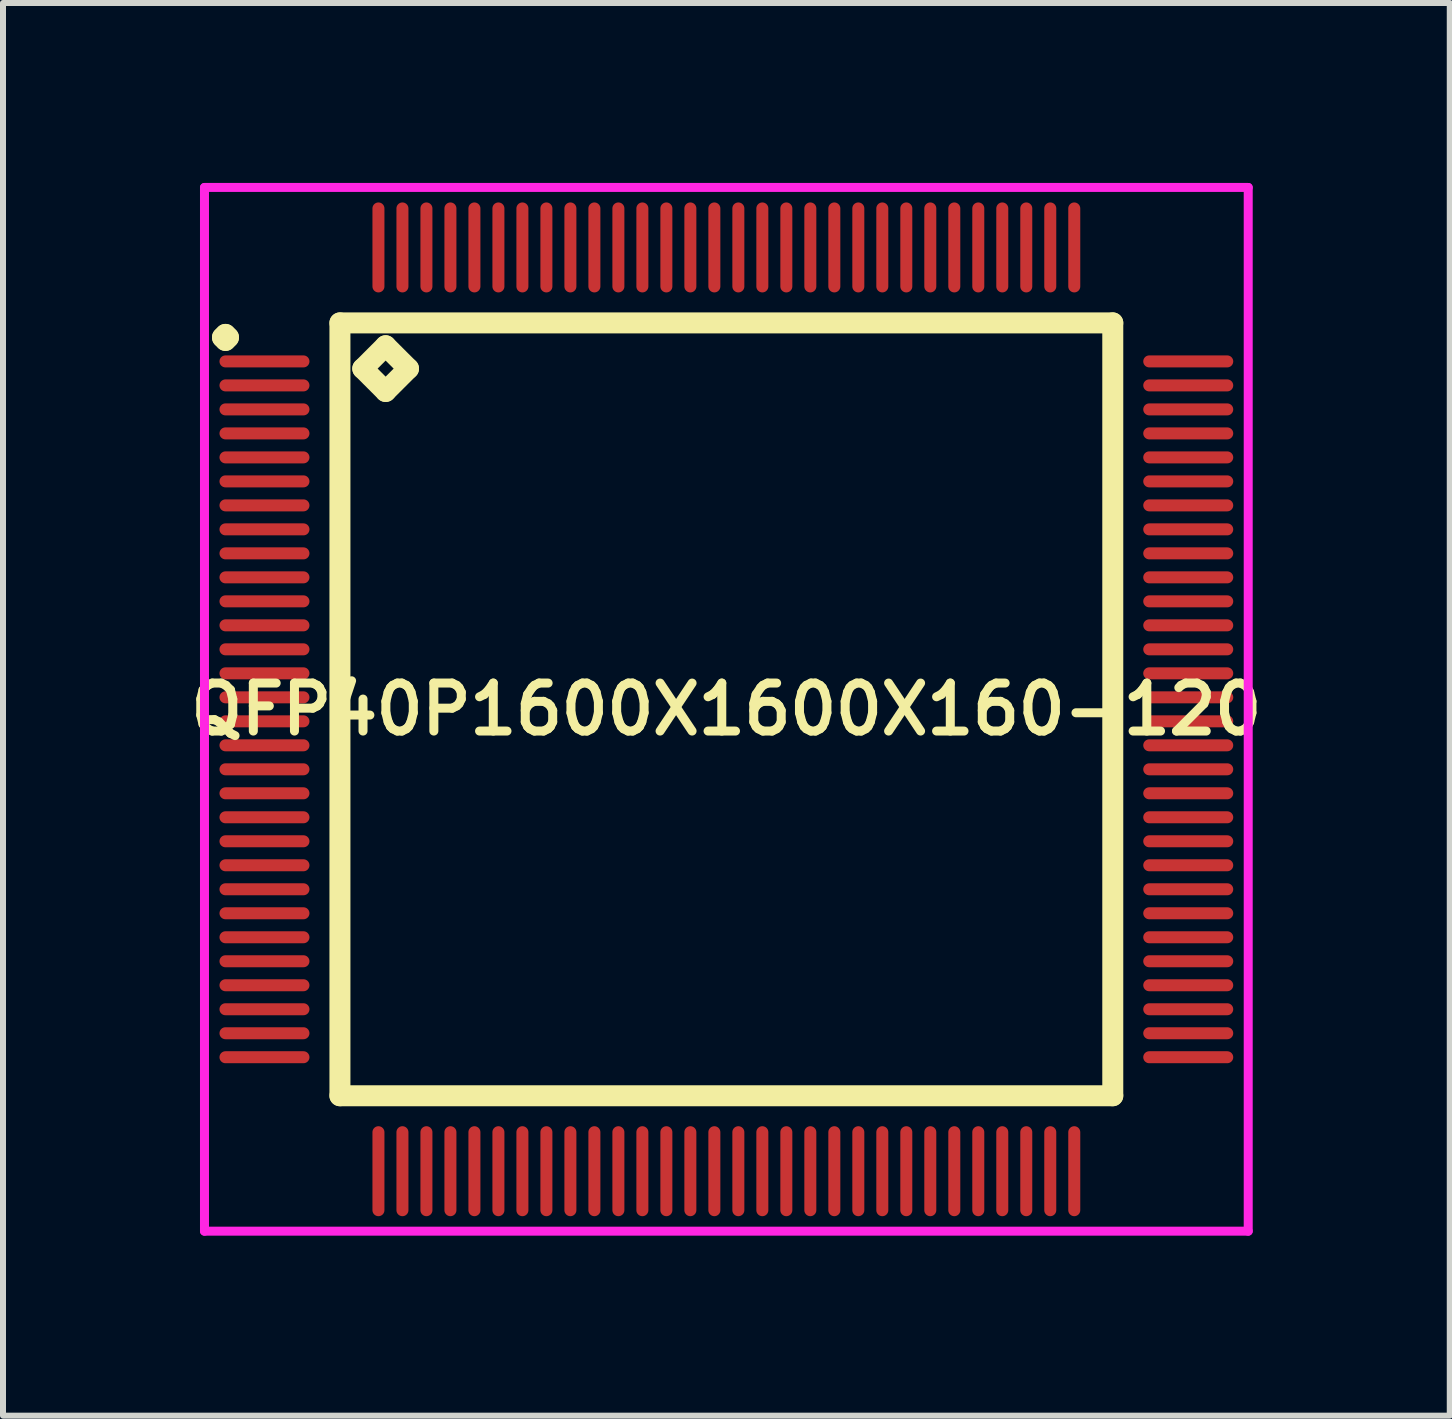
<source format=kicad_pcb>
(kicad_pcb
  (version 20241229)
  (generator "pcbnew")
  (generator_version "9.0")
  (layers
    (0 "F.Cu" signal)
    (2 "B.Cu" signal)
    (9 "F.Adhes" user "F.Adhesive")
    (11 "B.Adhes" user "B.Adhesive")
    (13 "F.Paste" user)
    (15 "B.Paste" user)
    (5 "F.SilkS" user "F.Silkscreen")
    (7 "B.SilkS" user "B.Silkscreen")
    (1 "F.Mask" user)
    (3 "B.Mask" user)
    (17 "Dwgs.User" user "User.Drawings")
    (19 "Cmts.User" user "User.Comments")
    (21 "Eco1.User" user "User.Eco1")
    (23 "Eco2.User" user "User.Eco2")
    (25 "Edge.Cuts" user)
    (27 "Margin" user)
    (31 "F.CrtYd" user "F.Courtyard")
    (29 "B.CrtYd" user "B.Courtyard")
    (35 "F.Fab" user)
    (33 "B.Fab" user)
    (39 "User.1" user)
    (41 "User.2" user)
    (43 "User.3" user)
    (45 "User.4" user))
  (footprint "QFP40P1600X1600X160-120"
    (layer "F.Cu")
    (at 9.059 8.775)
    (property "Reference" "QFP40P1600X1600X160-120" (at 0 0 0) (layer "F.SilkS") (effects (font (size 0.8 0.8) (thickness 0.15))))
    (attr smd)
    (fp_line (start -8.4 -6.2) (end -8.35 -6.25) (stroke (width 0.35) (type solid)) (layer "F.SilkS"))
    (fp_line (start -8.35 -6.25) (end -8.3 -6.2) (stroke (width 0.35) (type solid)) (layer "F.SilkS"))
    (fp_line (start -8.35 -6.15) (end -8.4 -6.2) (stroke (width 0.35) (type solid)) (layer "F.SilkS"))
    (fp_line (start -8.3 -6.2) (end -8.35 -6.15) (stroke (width 0.35) (type solid)) (layer "F.SilkS"))
    (fp_line (start -6.442 -6.442) (end -6.442 6.442) (stroke (width 0.35) (type solid)) (layer "F.SilkS"))
    (fp_line (start -6.442 6.442) (end 6.442 6.442) (stroke (width 0.35) (type solid)) (layer "F.SilkS"))
    (fp_line (start -6.061 -5.68) (end -5.68 -6.061) (stroke (width 0.35) (type solid)) (layer "F.SilkS"))
    (fp_line (start -5.68 -6.061) (end -5.299 -5.68) (stroke (width 0.35) (type solid)) (layer "F.SilkS"))
    (fp_line (start -5.68 -5.299) (end -6.061 -5.68) (stroke (width 0.35) (type solid)) (layer "F.SilkS"))
    (fp_line (start -5.299 -5.68) (end -5.68 -5.299) (stroke (width 0.35) (type solid)) (layer "F.SilkS"))
    (fp_line (start 6.442 -6.442) (end -6.442 -6.442) (stroke (width 0.35) (type solid)) (layer "F.SilkS"))
    (fp_line (start 6.442 6.442) (end 6.442 -6.442) (stroke (width 0.35) (type solid)) (layer "F.SilkS"))
    (fp_line (start -8.7 -8.7) (end 8.7 -8.7) (stroke (width 0.15) (type solid)) (layer "F.CrtYd"))
    (fp_line (start -8.7 8.7) (end -8.7 -8.7) (stroke (width 0.15) (type solid)) (layer "F.CrtYd"))
    (fp_line (start 8.7 -8.7) (end 8.7 8.7) (stroke (width 0.15) (type solid)) (layer "F.CrtYd"))
    (fp_line (start 8.7 8.7) (end -8.7 8.7) (stroke (width 0.15) (type solid)) (layer "F.CrtYd"))
    (pad "1" smd oval (at -7.7 -5.8) (size 1.5 0.2) (layers "F.Cu" "F.Mask" "F.Paste"))
    (pad "2" smd oval (at -7.7 -5.4) (size 1.5 0.2) (layers "F.Cu" "F.Mask" "F.Paste"))
    (pad "3" smd oval (at -7.7 -5) (size 1.5 0.2) (layers "F.Cu" "F.Mask" "F.Paste"))
    (pad "4" smd oval (at -7.7 -4.6) (size 1.5 0.2) (layers "F.Cu" "F.Mask" "F.Paste"))
    (pad "5" smd oval (at -7.7 -4.2) (size 1.5 0.2) (layers "F.Cu" "F.Mask" "F.Paste"))
    (pad "6" smd oval (at -7.7 -3.8) (size 1.5 0.2) (layers "F.Cu" "F.Mask" "F.Paste"))
    (pad "7" smd oval (at -7.7 -3.4) (size 1.5 0.2) (layers "F.Cu" "F.Mask" "F.Paste"))
    (pad "8" smd oval (at -7.7 -3) (size 1.5 0.2) (layers "F.Cu" "F.Mask" "F.Paste"))
    (pad "9" smd oval (at -7.7 -2.6) (size 1.5 0.2) (layers "F.Cu" "F.Mask" "F.Paste"))
    (pad "10" smd oval (at -7.7 -2.2) (size 1.5 0.2) (layers "F.Cu" "F.Mask" "F.Paste"))
    (pad "11" smd oval (at -7.7 -1.8) (size 1.5 0.2) (layers "F.Cu" "F.Mask" "F.Paste"))
    (pad "12" smd oval (at -7.7 -1.4) (size 1.5 0.2) (layers "F.Cu" "F.Mask" "F.Paste"))
    (pad "13" smd oval (at -7.7 -1) (size 1.5 0.2) (layers "F.Cu" "F.Mask" "F.Paste"))
    (pad "14" smd oval (at -7.7 -0.6) (size 1.5 0.2) (layers "F.Cu" "F.Mask" "F.Paste"))
    (pad "15" smd oval (at -7.7 -0.2) (size 1.5 0.2) (layers "F.Cu" "F.Mask" "F.Paste"))
    (pad "16" smd oval (at -7.7 0.2) (size 1.5 0.2) (layers "F.Cu" "F.Mask" "F.Paste"))
    (pad "17" smd oval (at -7.7 0.6) (size 1.5 0.2) (layers "F.Cu" "F.Mask" "F.Paste"))
    (pad "18" smd oval (at -7.7 1) (size 1.5 0.2) (layers "F.Cu" "F.Mask" "F.Paste"))
    (pad "19" smd oval (at -7.7 1.4) (size 1.5 0.2) (layers "F.Cu" "F.Mask" "F.Paste"))
    (pad "20" smd oval (at -7.7 1.8) (size 1.5 0.2) (layers "F.Cu" "F.Mask" "F.Paste"))
    (pad "21" smd oval (at -7.7 2.2) (size 1.5 0.2) (layers "F.Cu" "F.Mask" "F.Paste"))
    (pad "22" smd oval (at -7.7 2.6) (size 1.5 0.2) (layers "F.Cu" "F.Mask" "F.Paste"))
    (pad "23" smd oval (at -7.7 3) (size 1.5 0.2) (layers "F.Cu" "F.Mask" "F.Paste"))
    (pad "24" smd oval (at -7.7 3.4) (size 1.5 0.2) (layers "F.Cu" "F.Mask" "F.Paste"))
    (pad "25" smd oval (at -7.7 3.8) (size 1.5 0.2) (layers "F.Cu" "F.Mask" "F.Paste"))
    (pad "26" smd oval (at -7.7 4.2) (size 1.5 0.2) (layers "F.Cu" "F.Mask" "F.Paste"))
    (pad "27" smd oval (at -7.7 4.6) (size 1.5 0.2) (layers "F.Cu" "F.Mask" "F.Paste"))
    (pad "28" smd oval (at -7.7 5) (size 1.5 0.2) (layers "F.Cu" "F.Mask" "F.Paste"))
    (pad "29" smd oval (at -7.7 5.4) (size 1.5 0.2) (layers "F.Cu" "F.Mask" "F.Paste"))
    (pad "30" smd oval (at -7.7 5.8) (size 1.5 0.2) (layers "F.Cu" "F.Mask" "F.Paste"))
    (pad "31" smd oval (at -5.8 7.7) (size 0.2 1.5) (layers "F.Cu" "F.Mask" "F.Paste"))
    (pad "32" smd oval (at -5.4 7.7) (size 0.2 1.5) (layers "F.Cu" "F.Mask" "F.Paste"))
    (pad "33" smd oval (at -5 7.7) (size 0.2 1.5) (layers "F.Cu" "F.Mask" "F.Paste"))
    (pad "34" smd oval (at -4.6 7.7) (size 0.2 1.5) (layers "F.Cu" "F.Mask" "F.Paste"))
    (pad "35" smd oval (at -4.2 7.7) (size 0.2 1.5) (layers "F.Cu" "F.Mask" "F.Paste"))
    (pad "36" smd oval (at -3.8 7.7) (size 0.2 1.5) (layers "F.Cu" "F.Mask" "F.Paste"))
    (pad "37" smd oval (at -3.4 7.7) (size 0.2 1.5) (layers "F.Cu" "F.Mask" "F.Paste"))
    (pad "38" smd oval (at -3 7.7) (size 0.2 1.5) (layers "F.Cu" "F.Mask" "F.Paste"))
    (pad "39" smd oval (at -2.6 7.7) (size 0.2 1.5) (layers "F.Cu" "F.Mask" "F.Paste"))
    (pad "40" smd oval (at -2.2 7.7) (size 0.2 1.5) (layers "F.Cu" "F.Mask" "F.Paste"))
    (pad "41" smd oval (at -1.8 7.7) (size 0.2 1.5) (layers "F.Cu" "F.Mask" "F.Paste"))
    (pad "42" smd oval (at -1.4 7.7) (size 0.2 1.5) (layers "F.Cu" "F.Mask" "F.Paste"))
    (pad "43" smd oval (at -1 7.7) (size 0.2 1.5) (layers "F.Cu" "F.Mask" "F.Paste"))
    (pad "44" smd oval (at -0.6 7.7) (size 0.2 1.5) (layers "F.Cu" "F.Mask" "F.Paste"))
    (pad "45" smd oval (at -0.2 7.7) (size 0.2 1.5) (layers "F.Cu" "F.Mask" "F.Paste"))
    (pad "46" smd oval (at 0.2 7.7) (size 0.2 1.5) (layers "F.Cu" "F.Mask" "F.Paste"))
    (pad "47" smd oval (at 0.6 7.7) (size 0.2 1.5) (layers "F.Cu" "F.Mask" "F.Paste"))
    (pad "48" smd oval (at 1 7.7) (size 0.2 1.5) (layers "F.Cu" "F.Mask" "F.Paste"))
    (pad "49" smd oval (at 1.4 7.7) (size 0.2 1.5) (layers "F.Cu" "F.Mask" "F.Paste"))
    (pad "50" smd oval (at 1.8 7.7) (size 0.2 1.5) (layers "F.Cu" "F.Mask" "F.Paste"))
    (pad "51" smd oval (at 2.2 7.7) (size 0.2 1.5) (layers "F.Cu" "F.Mask" "F.Paste"))
    (pad "52" smd oval (at 2.6 7.7) (size 0.2 1.5) (layers "F.Cu" "F.Mask" "F.Paste"))
    (pad "53" smd oval (at 3 7.7) (size 0.2 1.5) (layers "F.Cu" "F.Mask" "F.Paste"))
    (pad "54" smd oval (at 3.4 7.7) (size 0.2 1.5) (layers "F.Cu" "F.Mask" "F.Paste"))
    (pad "55" smd oval (at 3.8 7.7) (size 0.2 1.5) (layers "F.Cu" "F.Mask" "F.Paste"))
    (pad "56" smd oval (at 4.2 7.7) (size 0.2 1.5) (layers "F.Cu" "F.Mask" "F.Paste"))
    (pad "57" smd oval (at 4.6 7.7) (size 0.2 1.5) (layers "F.Cu" "F.Mask" "F.Paste"))
    (pad "58" smd oval (at 5 7.7) (size 0.2 1.5) (layers "F.Cu" "F.Mask" "F.Paste"))
    (pad "59" smd oval (at 5.4 7.7) (size 0.2 1.5) (layers "F.Cu" "F.Mask" "F.Paste"))
    (pad "60" smd oval (at 5.8 7.7) (size 0.2 1.5) (layers "F.Cu" "F.Mask" "F.Paste"))
    (pad "61" smd oval (at 7.7 5.8) (size 1.5 0.2) (layers "F.Cu" "F.Mask" "F.Paste"))
    (pad "62" smd oval (at 7.7 5.4) (size 1.5 0.2) (layers "F.Cu" "F.Mask" "F.Paste"))
    (pad "63" smd oval (at 7.7 5) (size 1.5 0.2) (layers "F.Cu" "F.Mask" "F.Paste"))
    (pad "64" smd oval (at 7.7 4.6) (size 1.5 0.2) (layers "F.Cu" "F.Mask" "F.Paste"))
    (pad "65" smd oval (at 7.7 4.2) (size 1.5 0.2) (layers "F.Cu" "F.Mask" "F.Paste"))
    (pad "66" smd oval (at 7.7 3.8) (size 1.5 0.2) (layers "F.Cu" "F.Mask" "F.Paste"))
    (pad "67" smd oval (at 7.7 3.4) (size 1.5 0.2) (layers "F.Cu" "F.Mask" "F.Paste"))
    (pad "68" smd oval (at 7.7 3) (size 1.5 0.2) (layers "F.Cu" "F.Mask" "F.Paste"))
    (pad "69" smd oval (at 7.7 2.6) (size 1.5 0.2) (layers "F.Cu" "F.Mask" "F.Paste"))
    (pad "70" smd oval (at 7.7 2.2) (size 1.5 0.2) (layers "F.Cu" "F.Mask" "F.Paste"))
    (pad "71" smd oval (at 7.7 1.8) (size 1.5 0.2) (layers "F.Cu" "F.Mask" "F.Paste"))
    (pad "72" smd oval (at 7.7 1.4) (size 1.5 0.2) (layers "F.Cu" "F.Mask" "F.Paste"))
    (pad "73" smd oval (at 7.7 1) (size 1.5 0.2) (layers "F.Cu" "F.Mask" "F.Paste"))
    (pad "74" smd oval (at 7.7 0.6) (size 1.5 0.2) (layers "F.Cu" "F.Mask" "F.Paste"))
    (pad "75" smd oval (at 7.7 0.2) (size 1.5 0.2) (layers "F.Cu" "F.Mask" "F.Paste"))
    (pad "76" smd oval (at 7.7 -0.2) (size 1.5 0.2) (layers "F.Cu" "F.Mask" "F.Paste"))
    (pad "77" smd oval (at 7.7 -0.6) (size 1.5 0.2) (layers "F.Cu" "F.Mask" "F.Paste"))
    (pad "78" smd oval (at 7.7 -1) (size 1.5 0.2) (layers "F.Cu" "F.Mask" "F.Paste"))
    (pad "79" smd oval (at 7.7 -1.4) (size 1.5 0.2) (layers "F.Cu" "F.Mask" "F.Paste"))
    (pad "80" smd oval (at 7.7 -1.8) (size 1.5 0.2) (layers "F.Cu" "F.Mask" "F.Paste"))
    (pad "81" smd oval (at 7.7 -2.2) (size 1.5 0.2) (layers "F.Cu" "F.Mask" "F.Paste"))
    (pad "82" smd oval (at 7.7 -2.6) (size 1.5 0.2) (layers "F.Cu" "F.Mask" "F.Paste"))
    (pad "83" smd oval (at 7.7 -3) (size 1.5 0.2) (layers "F.Cu" "F.Mask" "F.Paste"))
    (pad "84" smd oval (at 7.7 -3.4) (size 1.5 0.2) (layers "F.Cu" "F.Mask" "F.Paste"))
    (pad "85" smd oval (at 7.7 -3.8) (size 1.5 0.2) (layers "F.Cu" "F.Mask" "F.Paste"))
    (pad "86" smd oval (at 7.7 -4.2) (size 1.5 0.2) (layers "F.Cu" "F.Mask" "F.Paste"))
    (pad "87" smd oval (at 7.7 -4.6) (size 1.5 0.2) (layers "F.Cu" "F.Mask" "F.Paste"))
    (pad "88" smd oval (at 7.7 -5) (size 1.5 0.2) (layers "F.Cu" "F.Mask" "F.Paste"))
    (pad "89" smd oval (at 7.7 -5.4) (size 1.5 0.2) (layers "F.Cu" "F.Mask" "F.Paste"))
    (pad "90" smd oval (at 7.7 -5.8) (size 1.5 0.2) (layers "F.Cu" "F.Mask" "F.Paste"))
    (pad "91" smd oval (at 5.8 -7.7) (size 0.2 1.5) (layers "F.Cu" "F.Mask" "F.Paste"))
    (pad "92" smd oval (at 5.4 -7.7) (size 0.2 1.5) (layers "F.Cu" "F.Mask" "F.Paste"))
    (pad "93" smd oval (at 5 -7.7) (size 0.2 1.5) (layers "F.Cu" "F.Mask" "F.Paste"))
    (pad "94" smd oval (at 4.6 -7.7) (size 0.2 1.5) (layers "F.Cu" "F.Mask" "F.Paste"))
    (pad "95" smd oval (at 4.2 -7.7) (size 0.2 1.5) (layers "F.Cu" "F.Mask" "F.Paste"))
    (pad "96" smd oval (at 3.8 -7.7) (size 0.2 1.5) (layers "F.Cu" "F.Mask" "F.Paste"))
    (pad "97" smd oval (at 3.4 -7.7) (size 0.2 1.5) (layers "F.Cu" "F.Mask" "F.Paste"))
    (pad "98" smd oval (at 3 -7.7) (size 0.2 1.5) (layers "F.Cu" "F.Mask" "F.Paste"))
    (pad "99" smd oval (at 2.6 -7.7) (size 0.2 1.5) (layers "F.Cu" "F.Mask" "F.Paste"))
    (pad "100" smd oval (at 2.2 -7.7) (size 0.2 1.5) (layers "F.Cu" "F.Mask" "F.Paste"))
    (pad "101" smd oval (at 1.8 -7.7) (size 0.2 1.5) (layers "F.Cu" "F.Mask" "F.Paste"))
    (pad "102" smd oval (at 1.4 -7.7) (size 0.2 1.5) (layers "F.Cu" "F.Mask" "F.Paste"))
    (pad "103" smd oval (at 1 -7.7) (size 0.2 1.5) (layers "F.Cu" "F.Mask" "F.Paste"))
    (pad "104" smd oval (at 0.6 -7.7) (size 0.2 1.5) (layers "F.Cu" "F.Mask" "F.Paste"))
    (pad "105" smd oval (at 0.2 -7.7) (size 0.2 1.5) (layers "F.Cu" "F.Mask" "F.Paste"))
    (pad "106" smd oval (at -0.2 -7.7) (size 0.2 1.5) (layers "F.Cu" "F.Mask" "F.Paste"))
    (pad "107" smd oval (at -0.6 -7.7) (size 0.2 1.5) (layers "F.Cu" "F.Mask" "F.Paste"))
    (pad "108" smd oval (at -1 -7.7) (size 0.2 1.5) (layers "F.Cu" "F.Mask" "F.Paste"))
    (pad "109" smd oval (at -1.4 -7.7) (size 0.2 1.5) (layers "F.Cu" "F.Mask" "F.Paste"))
    (pad "110" smd oval (at -1.8 -7.7) (size 0.2 1.5) (layers "F.Cu" "F.Mask" "F.Paste"))
    (pad "111" smd oval (at -2.2 -7.7) (size 0.2 1.5) (layers "F.Cu" "F.Mask" "F.Paste"))
    (pad "112" smd oval (at -2.6 -7.7) (size 0.2 1.5) (layers "F.Cu" "F.Mask" "F.Paste"))
    (pad "113" smd oval (at -3 -7.7) (size 0.2 1.5) (layers "F.Cu" "F.Mask" "F.Paste"))
    (pad "114" smd oval (at -3.4 -7.7) (size 0.2 1.5) (layers "F.Cu" "F.Mask" "F.Paste"))
    (pad "115" smd oval (at -3.8 -7.7) (size 0.2 1.5) (layers "F.Cu" "F.Mask" "F.Paste"))
    (pad "116" smd oval (at -4.2 -7.7) (size 0.2 1.5) (layers "F.Cu" "F.Mask" "F.Paste"))
    (pad "117" smd oval (at -4.6 -7.7) (size 0.2 1.5) (layers "F.Cu" "F.Mask" "F.Paste"))
    (pad "118" smd oval (at -5 -7.7) (size 0.2 1.5) (layers "F.Cu" "F.Mask" "F.Paste"))
    (pad "119" smd oval (at -5.4 -7.7) (size 0.2 1.5) (layers "F.Cu" "F.Mask" "F.Paste"))
    (pad "120" smd oval (at -5.8 -7.7) (size 0.2 1.5) (layers "F.Cu" "F.Mask" "F.Paste")))
  (gr_rect
    (start -3 -3)
    (end 21.119 20.55)
    (stroke (width 0.1) (type default))
    (fill no)
    (layer "Edge.Cuts")))
</source>
